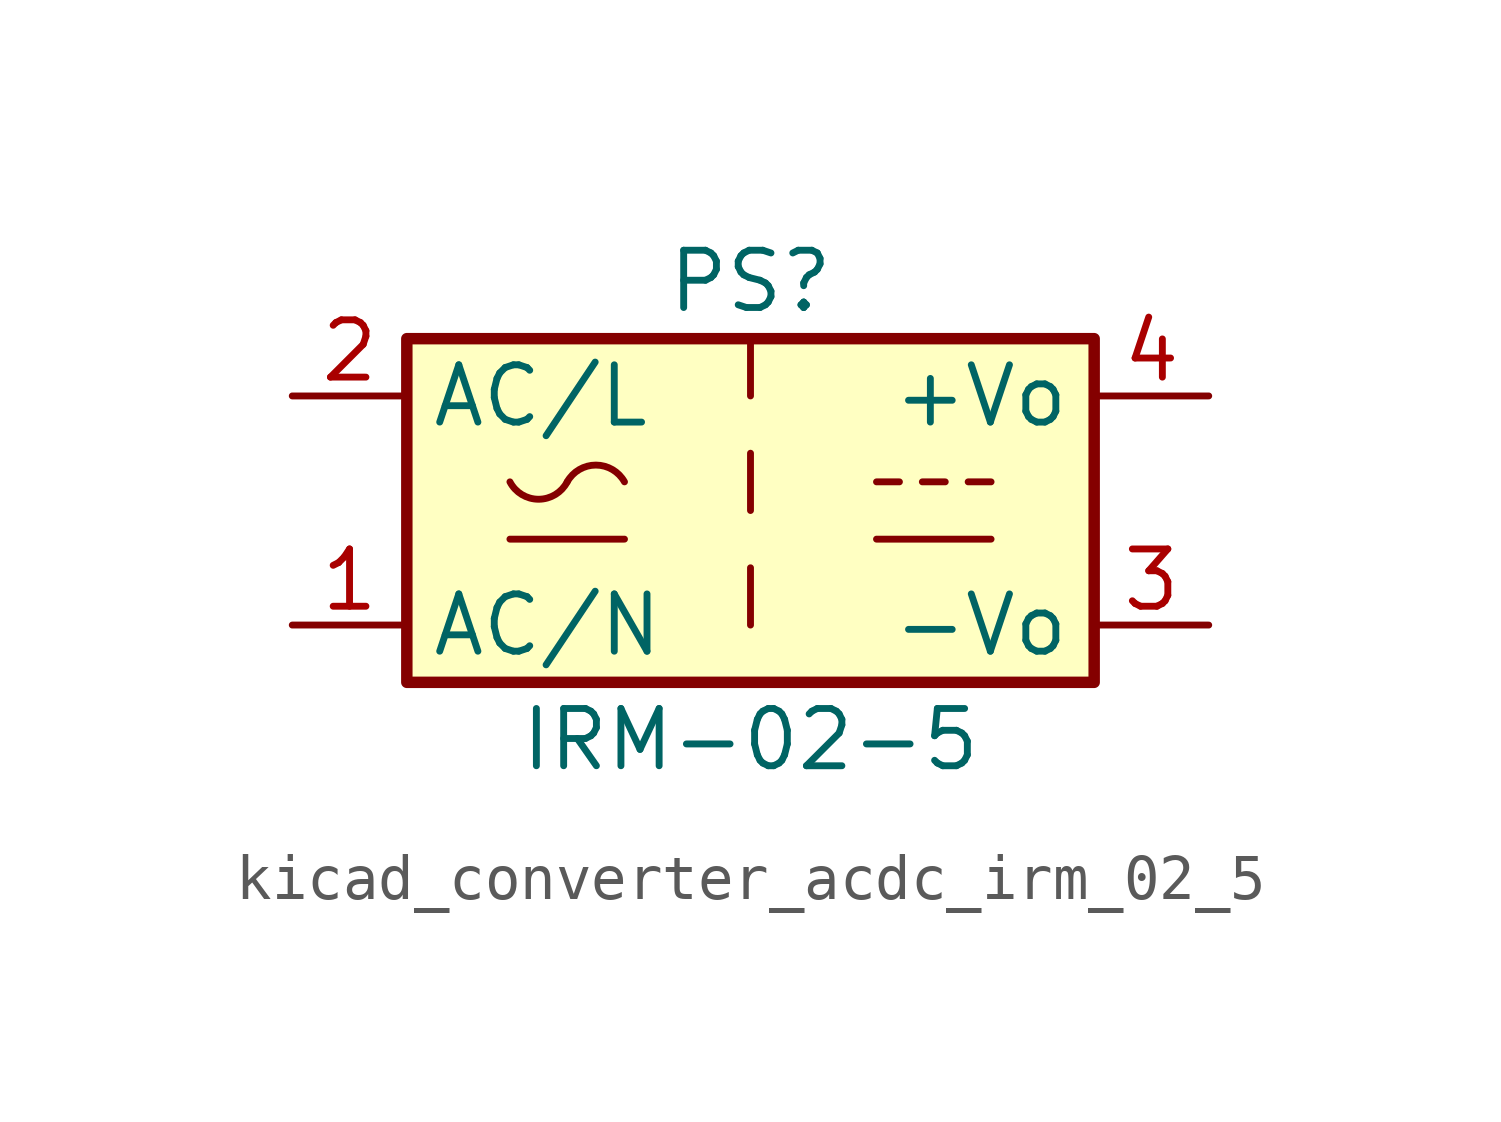
<source format=kicad_sym>
(kicad_symbol_lib
  (version 20220914)
  (generator kicad_symbol_editor)
  (symbol "kicad_converter_acdc_irm_02_5"
    (property "Reference" "PS"
      (at 0 5.08 0)
      (effects (font (size 1.27 1.27))))
    (property "Value" "IRM-02-5"
      (at 0 -5.08 0)
      (effects (font (size 1.27 1.27))))
    (symbol "kicad_converter_acdc_irm_02_5_0_1"
      (rectangle (start -7.62 3.81) (end 7.62 -3.81) (stroke (width 0.254) (type default)) (fill (type background)))
      (arc (start -5.334 0.635) (mid -4.699 0.2495) (end -4.064 0.635) (stroke (width 0) (type default)) (fill (type none)))
      (arc (start -2.794 0.635) (mid -3.429 1.0072) (end -4.064 0.635) (stroke (width 0) (type default)) (fill (type none)))
      (polyline (pts (xy -5.334 -0.635) (xy -2.794 -0.635)) (stroke (width 0) (type default)) (fill (type none)))
      (polyline (pts (xy 2.794 -0.635) (xy 5.334 -0.635)) (stroke (width 0) (type default)) (fill (type none)))
      (polyline (pts (xy 2.794 0.635) (xy 3.302 0.635)) (stroke (width 0) (type default)) (fill (type none)))
      (polyline (pts (xy 3.81 0.635) (xy 4.318 0.635)) (stroke (width 0) (type default)) (fill (type none)))
      (polyline (pts (xy 4.826 0.635) (xy 5.334 0.635)) (stroke (width 0) (type default)) (fill (type none))))
    (symbol "kicad_converter_acdc_irm_02_5_1_1"
      (polyline (pts (xy 0 -1.27) (xy 0 -2.54)) (stroke (width 0) (type default)) (fill (type none)))
      (polyline (pts (xy 0 1.27) (xy 0 0)) (stroke (width 0) (type default)) (fill (type none)))
      (polyline (pts (xy 0 3.81) (xy 0 2.54)) (stroke (width 0) (type default)) (fill (type none)))
      (pin power_in line (at -10.16 -2.54 0) (length 2.54) (name "AC/N" (effects (font (size 1.27 1.27)))) (number "1" (effects (font (size 1.27 1.27)))))
      (pin power_in line (at -10.16 2.54 0) (length 2.54) (name "AC/L" (effects (font (size 1.27 1.27)))) (number "2" (effects (font (size 1.27 1.27)))))
      (pin power_out line (at 10.16 -2.54 180) (length 2.54) (name "-Vo" (effects (font (size 1.27 1.27)))) (number "3" (effects (font (size 1.27 1.27)))))
      (pin power_out line (at 10.16 2.54 180) (length 2.54) (name "+Vo" (effects (font (size 1.27 1.27)))) (number "4" (effects (font (size 1.27 1.27))))))))
</source>
